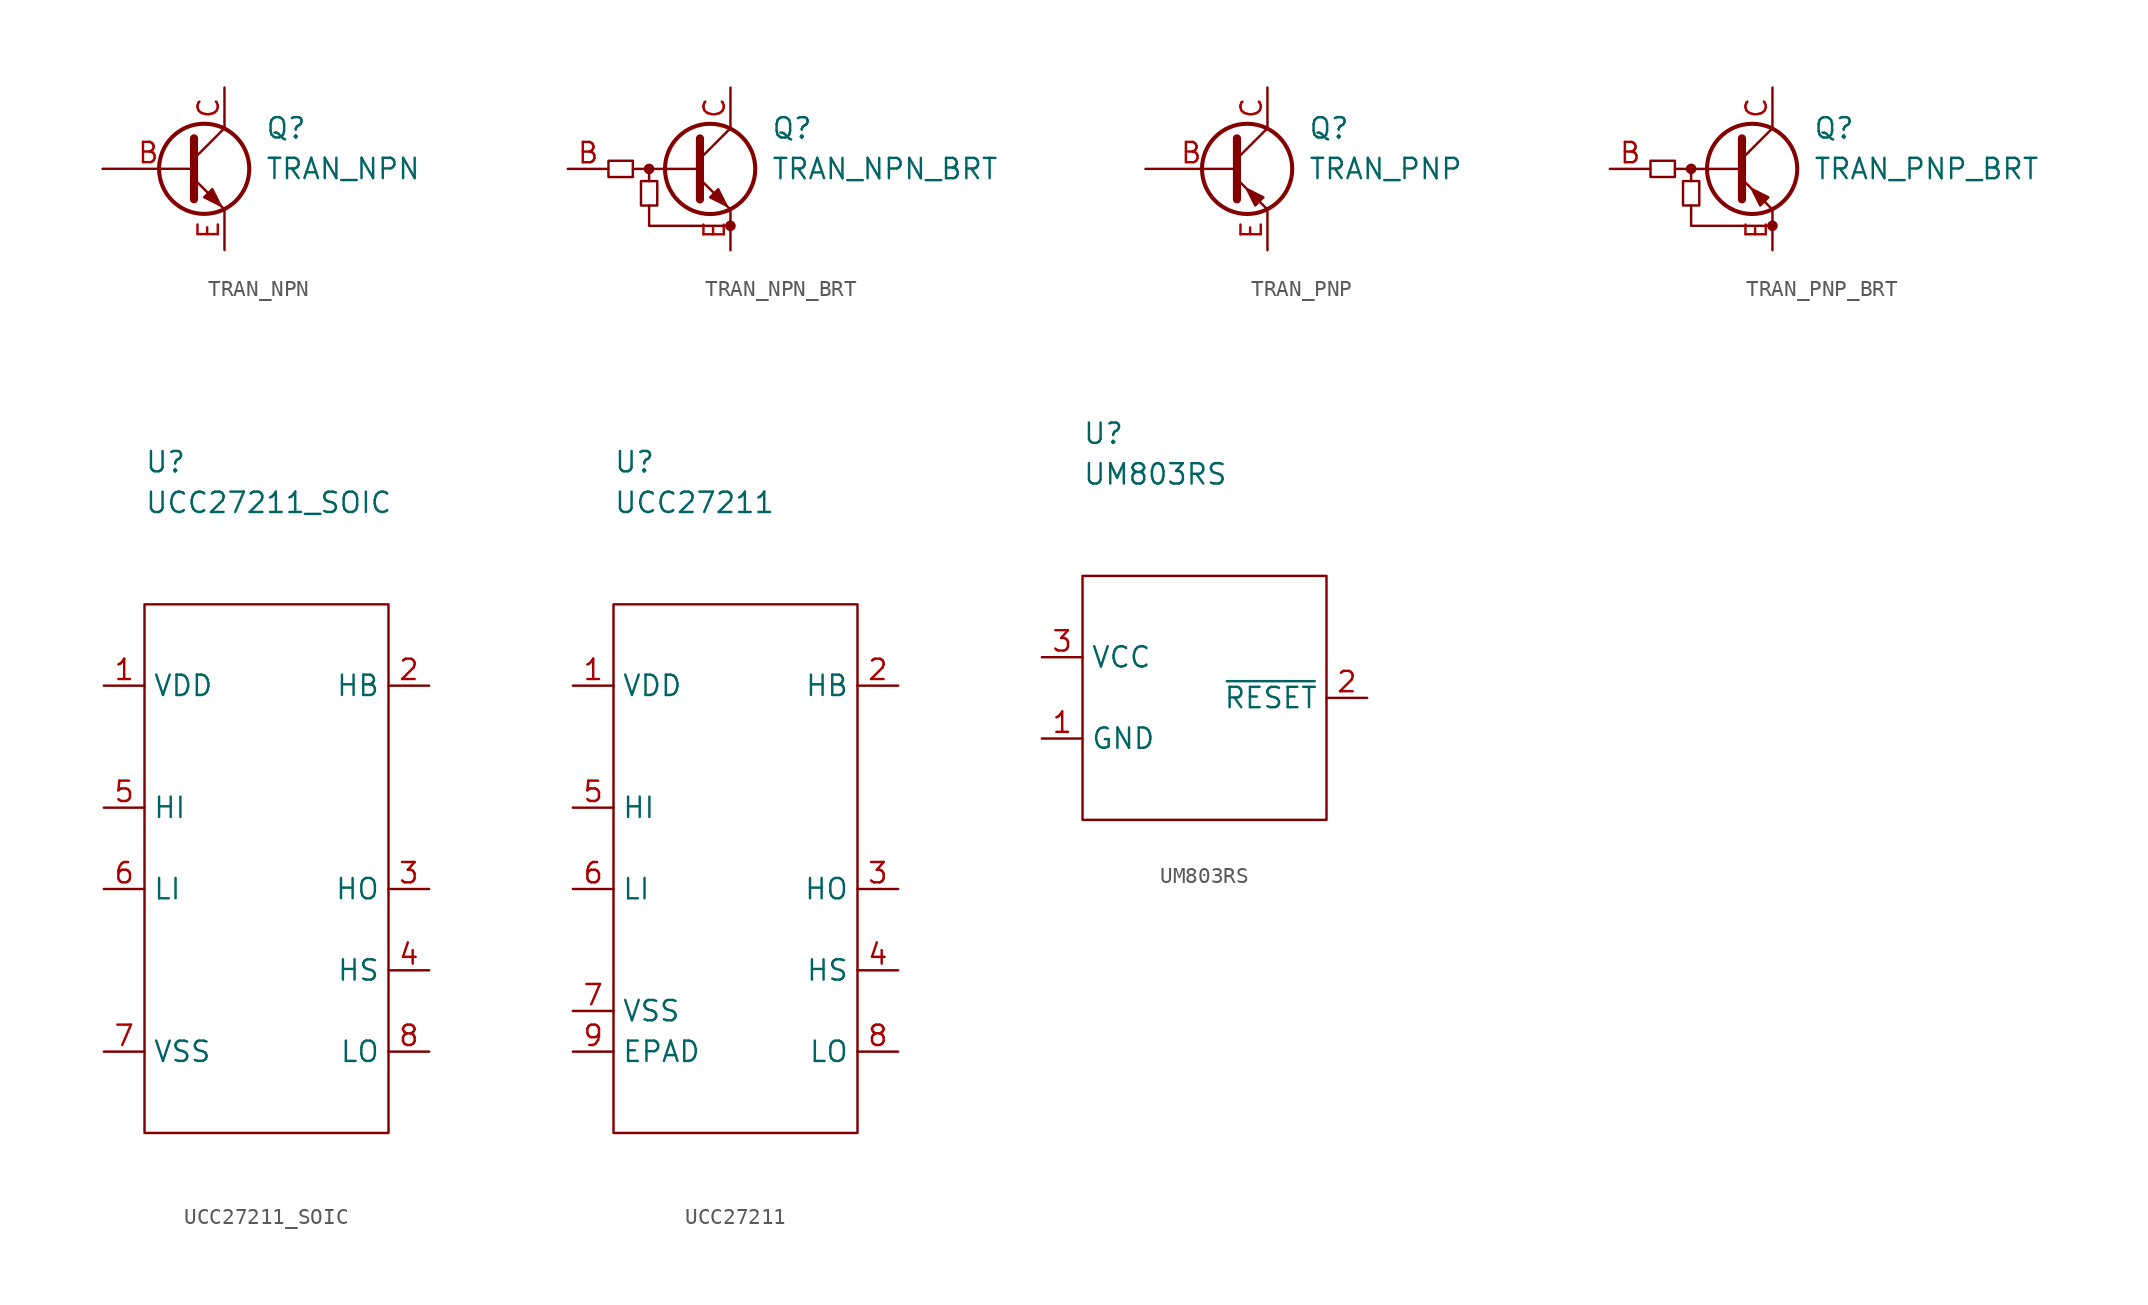
<source format=kicad_sym>
(kicad_symbol_lib
  (version 20211014)
  (generator kicad_symbol_editor)
  (symbol "TRAN_NPN"
    (pin_names
      (offset 0) hide)
    (property "Reference" "Q"
      (at 5.08 2.54 0)
      (effects (font (size 1.27 1.27)) (justify left)))
    (property "Value" "TRAN_NPN"
      (at 5.08 0 0)
      (effects (font (size 1.27 1.27)) (justify left)))
    (symbol "TRAN_NPN_0_1"
      (polyline (pts (xy 0.635 0.635) (xy 2.54 2.54)) (stroke (width 0) (type default) (color 0 0 0 0)) (fill (type none)))
      (polyline (pts (xy 0.635 -0.635) (xy 2.54 -2.54) (xy 2.54 -2.54)) (stroke (width 0) (type default) (color 0 0 0 0)) (fill (type none)))
      (polyline (pts (xy 0.635 1.905) (xy 0.635 -1.905) (xy 0.635 -1.905)) (stroke (width 0.508) (type default) (color 0 0 0 0)) (fill (type none)))
      (polyline (pts (xy 1.27 -1.778) (xy 1.778 -1.27) (xy 2.286 -2.286) (xy 1.27 -1.778) (xy 1.27 -1.778)) (stroke (width 0) (type default) (color 0 0 0 0)) (fill (type outline)))
      (circle (center 1.27 0) (radius 2.819) (stroke (width 0.254) (type default) (color 0 0 0 0)) (fill (type none))))
    (symbol "TRAN_NPN_1_1"
      (pin input line (at -5.08 0 0) (length 5.715) (name "B" (effects (font (size 1.27 1.27)))) (number "B" (effects (font (size 1.27 1.27)))))
      (pin passive line (at 2.54 5.08 270) (length 2.54) (name "C" (effects (font (size 1.27 1.27)))) (number "C" (effects (font (size 1.27 1.27)))))
      (pin passive line (at 2.54 -5.08 90) (length 2.54) (name "E" (effects (font (size 1.27 1.27)))) (number "E" (effects (font (size 1.27 1.27)))))))
  (symbol "TRAN_NPN_BRT"
    (pin_names
      (offset 0) hide)
    (property "Reference" "Q"
      (at 5.08 2.54 0)
      (effects (font (size 1.27 1.27)) (justify left)))
    (property "Value" "TRAN_NPN_BRT"
      (at 5.08 0 0)
      (effects (font (size 1.27 1.27)) (justify left)))
    (symbol "TRAN_NPN_BRT_0_1"
      (rectangle (start -5.08 0.508) (end -3.556 -0.508) (stroke (width 0) (type default) (color 0 0 0 0)) (fill (type none)))
      (rectangle (start -3.048 -2.286) (end -2.032 -0.762) (stroke (width 0) (type default) (color 0 0 0 0)) (fill (type none)))
      (circle (center -2.54 0) (radius 0.254) (stroke (width 0) (type default) (color 0 0 0 0)) (fill (type outline)))
      (polyline (pts (xy -3.556 0) (xy 0.508 0)) (stroke (width 0) (type default) (color 0 0 0 0)) (fill (type none)))
      (polyline (pts (xy -2.54 -0.762) (xy -2.54 0)) (stroke (width 0) (type default) (color 0 0 0 0)) (fill (type none)))
      (polyline (pts (xy 0.635 0.635) (xy 2.54 2.54)) (stroke (width 0) (type default) (color 0 0 0 0)) (fill (type none)))
      (polyline (pts (xy 0.635 -0.635) (xy 2.54 -2.54) (xy 2.54 -2.54)) (stroke (width 0) (type default) (color 0 0 0 0)) (fill (type none)))
      (polyline (pts (xy 0.635 1.905) (xy 0.635 -1.905) (xy 0.635 -1.905)) (stroke (width 0.508) (type default) (color 0 0 0 0)) (fill (type none)))
      (polyline (pts (xy -2.54 -2.286) (xy -2.54 -3.302) (xy -2.54 -3.556) (xy 2.54 -3.556)) (stroke (width 0) (type default) (color 0 0 0 0)) (fill (type none)))
      (polyline (pts (xy 1.27 -1.778) (xy 1.778 -1.27) (xy 2.286 -2.286) (xy 1.27 -1.778) (xy 1.27 -1.778)) (stroke (width 0) (type default) (color 0 0 0 0)) (fill (type outline)))
      (circle (center 1.27 0) (radius 2.819) (stroke (width 0.254) (type default) (color 0 0 0 0)) (fill (type none)))
      (circle (center 2.54 -3.556) (radius 0.254) (stroke (width 0) (type default) (color 0 0 0 0)) (fill (type outline))))
    (symbol "TRAN_NPN_BRT_1_1"
      (pin input line (at -7.62 0 0) (length 2.54) (name "B" (effects (font (size 1.27 1.27)))) (number "B" (effects (font (size 1.27 1.27)))))
      (pin passive line (at 2.54 5.08 270) (length 2.54) (name "C" (effects (font (size 1.27 1.27)))) (number "C" (effects (font (size 1.27 1.27)))))
      (pin passive line (at 2.54 -5.08 90) (length 2.54) (name "E" (effects (font (size 1.27 1.27)))) (number "E" (effects (font (size 1.27 1.27)))))))
  (symbol "TRAN_PNP"
    (pin_names
      (offset 0) hide)
    (property "Reference" "Q"
      (at 5.08 2.54 0)
      (effects (font (size 1.27 1.27)) (justify left)))
    (property "Value" "TRAN_PNP"
      (at 5.08 0 0)
      (effects (font (size 1.27 1.27)) (justify left)))
    (symbol "TRAN_PNP_0_1"
      (polyline (pts (xy 0.635 0.635) (xy 2.54 2.54)) (stroke (width 0) (type default) (color 0 0 0 0)) (fill (type none)))
      (polyline (pts (xy 0.635 -0.635) (xy 2.54 -2.54) (xy 2.54 -2.54)) (stroke (width 0) (type default) (color 0 0 0 0)) (fill (type none)))
      (polyline (pts (xy 0.635 1.905) (xy 0.635 -1.905) (xy 0.635 -1.905)) (stroke (width 0.508) (type default) (color 0 0 0 0)) (fill (type none)))
      (polyline (pts (xy 2.286 -1.778) (xy 1.778 -2.286) (xy 1.27 -1.27) (xy 2.286 -1.778) (xy 2.286 -1.778)) (stroke (width 0) (type default) (color 0 0 0 0)) (fill (type outline)))
      (circle (center 1.27 0) (radius 2.819) (stroke (width 0.254) (type default) (color 0 0 0 0)) (fill (type none))))
    (symbol "TRAN_PNP_1_1"
      (pin input line (at -5.08 0 0) (length 5.715) (name "B" (effects (font (size 1.27 1.27)))) (number "B" (effects (font (size 1.27 1.27)))))
      (pin passive line (at 2.54 5.08 270) (length 2.54) (name "C" (effects (font (size 1.27 1.27)))) (number "C" (effects (font (size 1.27 1.27)))))
      (pin passive line (at 2.54 -5.08 90) (length 2.54) (name "E" (effects (font (size 1.27 1.27)))) (number "E" (effects (font (size 1.27 1.27)))))))
  (symbol "TRAN_PNP_BRT"
    (pin_names
      (offset 0) hide)
    (property "Reference" "Q"
      (at 5.08 2.54 0)
      (effects (font (size 1.27 1.27)) (justify left)))
    (property "Value" "TRAN_PNP_BRT"
      (at 5.08 0 0)
      (effects (font (size 1.27 1.27)) (justify left)))
    (symbol "TRAN_PNP_BRT_0_1"
      (rectangle (start -5.08 0.508) (end -3.556 -0.508) (stroke (width 0) (type default) (color 0 0 0 0)) (fill (type none)))
      (rectangle (start -3.048 -2.286) (end -2.032 -0.762) (stroke (width 0) (type default) (color 0 0 0 0)) (fill (type none)))
      (circle (center -2.54 0) (radius 0.254) (stroke (width 0) (type default) (color 0 0 0 0)) (fill (type outline)))
      (polyline (pts (xy -3.556 0) (xy 0.508 0)) (stroke (width 0) (type default) (color 0 0 0 0)) (fill (type none)))
      (polyline (pts (xy -2.54 -0.762) (xy -2.54 0)) (stroke (width 0) (type default) (color 0 0 0 0)) (fill (type none)))
      (polyline (pts (xy 0.635 0.635) (xy 2.54 2.54)) (stroke (width 0) (type default) (color 0 0 0 0)) (fill (type none)))
      (polyline (pts (xy 0.635 -0.635) (xy 2.54 -2.54) (xy 2.54 -2.54)) (stroke (width 0) (type default) (color 0 0 0 0)) (fill (type none)))
      (polyline (pts (xy 0.635 1.905) (xy 0.635 -1.905) (xy 0.635 -1.905)) (stroke (width 0.508) (type default) (color 0 0 0 0)) (fill (type none)))
      (polyline (pts (xy -2.54 -2.286) (xy -2.54 -3.302) (xy -2.54 -3.556) (xy 2.54 -3.556)) (stroke (width 0) (type default) (color 0 0 0 0)) (fill (type none)))
      (polyline (pts (xy 2.286 -1.778) (xy 1.778 -2.286) (xy 1.27 -1.27) (xy 2.286 -1.778) (xy 2.286 -1.778)) (stroke (width 0) (type default) (color 0 0 0 0)) (fill (type outline)))
      (circle (center 1.27 0) (radius 2.819) (stroke (width 0.254) (type default) (color 0 0 0 0)) (fill (type none)))
      (circle (center 2.54 -3.556) (radius 0.254) (stroke (width 0) (type default) (color 0 0 0 0)) (fill (type outline))))
    (symbol "TRAN_PNP_BRT_1_1"
      (pin input line (at -7.62 0 0) (length 2.54) (name "B" (effects (font (size 1.27 1.27)))) (number "B" (effects (font (size 1.27 1.27)))))
      (pin passive line (at 2.54 5.08 270) (length 2.54) (name "C" (effects (font (size 1.27 1.27)))) (number "C" (effects (font (size 1.27 1.27)))))
      (pin passive line (at 2.54 -5.08 90) (length 2.54) (name "E" (effects (font (size 1.27 1.27)))) (number "E" (effects (font (size 1.27 1.27)))))))
  (symbol "UCC27211_SOIC"
    (property "Reference" "U"
      (at 0 8.89 0)
      (effects (font (size 1.27 1.27)) (justify left)))
    (property "Value" "UCC27211_SOIC"
      (at 0 6.35 0)
      (effects (font (size 1.27 1.27)) (justify left)))
    (symbol "UCC27211_SOIC_0_1"
      (rectangle (start 0 0) (end 15.24 -33.02) (stroke (width 0) (type default) (color 0 0 0 0)) (fill (type none))))
    (symbol "UCC27211_SOIC_1_1"
      (pin passive line (at -2.54 -5.08 0) (length 2.54) (name "VDD" (effects (font (size 1.27 1.27)))) (number "1" (effects (font (size 1.27 1.27)))))
      (pin passive line (at 17.78 -5.08 180) (length 2.54) (name "HB" (effects (font (size 1.27 1.27)))) (number "2" (effects (font (size 1.27 1.27)))))
      (pin passive line (at 17.78 -17.78 180) (length 2.54) (name "HO" (effects (font (size 1.27 1.27)))) (number "3" (effects (font (size 1.27 1.27)))))
      (pin passive line (at 17.78 -22.86 180) (length 2.54) (name "HS" (effects (font (size 1.27 1.27)))) (number "4" (effects (font (size 1.27 1.27)))))
      (pin passive line (at -2.54 -12.7 0) (length 2.54) (name "HI" (effects (font (size 1.27 1.27)))) (number "5" (effects (font (size 1.27 1.27)))))
      (pin passive line (at -2.54 -17.78 0) (length 2.54) (name "LI" (effects (font (size 1.27 1.27)))) (number "6" (effects (font (size 1.27 1.27)))))
      (pin passive line (at -2.54 -27.94 0) (length 2.54) (name "VSS" (effects (font (size 1.27 1.27)))) (number "7" (effects (font (size 1.27 1.27)))))
      (pin passive line (at 17.78 -27.94 180) (length 2.54) (name "LO" (effects (font (size 1.27 1.27)))) (number "8" (effects (font (size 1.27 1.27)))))))
  (symbol "UCC27211"
    (property "Reference" "U"
      (at 0 8.89 0)
      (effects (font (size 1.27 1.27)) (justify left)))
    (property "Value" "UCC27211"
      (at 0 6.35 0)
      (effects (font (size 1.27 1.27)) (justify left)))
    (symbol "UCC27211_0_1"
      (rectangle (start 0 0) (end 15.24 -33.02) (stroke (width 0) (type default) (color 0 0 0 0)) (fill (type none))))
    (symbol "UCC27211_1_1"
      (pin passive line (at -2.54 -5.08 0) (length 2.54) (name "VDD" (effects (font (size 1.27 1.27)))) (number "1" (effects (font (size 1.27 1.27)))))
      (pin passive line (at 17.78 -5.08 180) (length 2.54) (name "HB" (effects (font (size 1.27 1.27)))) (number "2" (effects (font (size 1.27 1.27)))))
      (pin passive line (at 17.78 -17.78 180) (length 2.54) (name "HO" (effects (font (size 1.27 1.27)))) (number "3" (effects (font (size 1.27 1.27)))))
      (pin passive line (at 17.78 -22.86 180) (length 2.54) (name "HS" (effects (font (size 1.27 1.27)))) (number "4" (effects (font (size 1.27 1.27)))))
      (pin passive line (at -2.54 -12.7 0) (length 2.54) (name "HI" (effects (font (size 1.27 1.27)))) (number "5" (effects (font (size 1.27 1.27)))))
      (pin passive line (at -2.54 -17.78 0) (length 2.54) (name "LI" (effects (font (size 1.27 1.27)))) (number "6" (effects (font (size 1.27 1.27)))))
      (pin passive line (at -2.54 -25.4 0) (length 2.54) (name "VSS" (effects (font (size 1.27 1.27)))) (number "7" (effects (font (size 1.27 1.27)))))
      (pin passive line (at 17.78 -27.94 180) (length 2.54) (name "LO" (effects (font (size 1.27 1.27)))) (number "8" (effects (font (size 1.27 1.27)))))
      (pin passive line (at -2.54 -27.94 0) (length 2.54) (name "EPAD" (effects (font (size 1.27 1.27)))) (number "9" (effects (font (size 1.27 1.27)))))))
  (symbol "UM803RS"
    (property "Reference" "U"
      (at 0 8.89 0)
      (effects (font (size 1.27 1.27)) (justify left)))
    (property "Value" "UM803RS"
      (at 0 6.35 0)
      (effects (font (size 1.27 1.27)) (justify left)))
    (symbol "UM803RS_0_1"
      (rectangle (start 0 0) (end 15.24 -15.24) (stroke (width 0) (type default) (color 0 0 0 0)) (fill (type none))))
    (symbol "UM803RS_1_1"
      (pin passive line (at -2.54 -10.16 0) (length 2.54) (name "GND" (effects (font (size 1.27 1.27)))) (number "1" (effects (font (size 1.27 1.27)))))
      (pin passive line (at 17.78 -7.62 180) (length 2.54) (name "~{RESET}" (effects (font (size 1.27 1.27)))) (number "2" (effects (font (size 1.27 1.27)))))
      (pin passive line (at -2.54 -5.08 0) (length 2.54) (name "VCC" (effects (font (size 1.27 1.27)))) (number "3" (effects (font (size 1.27 1.27))))))))
</source>
